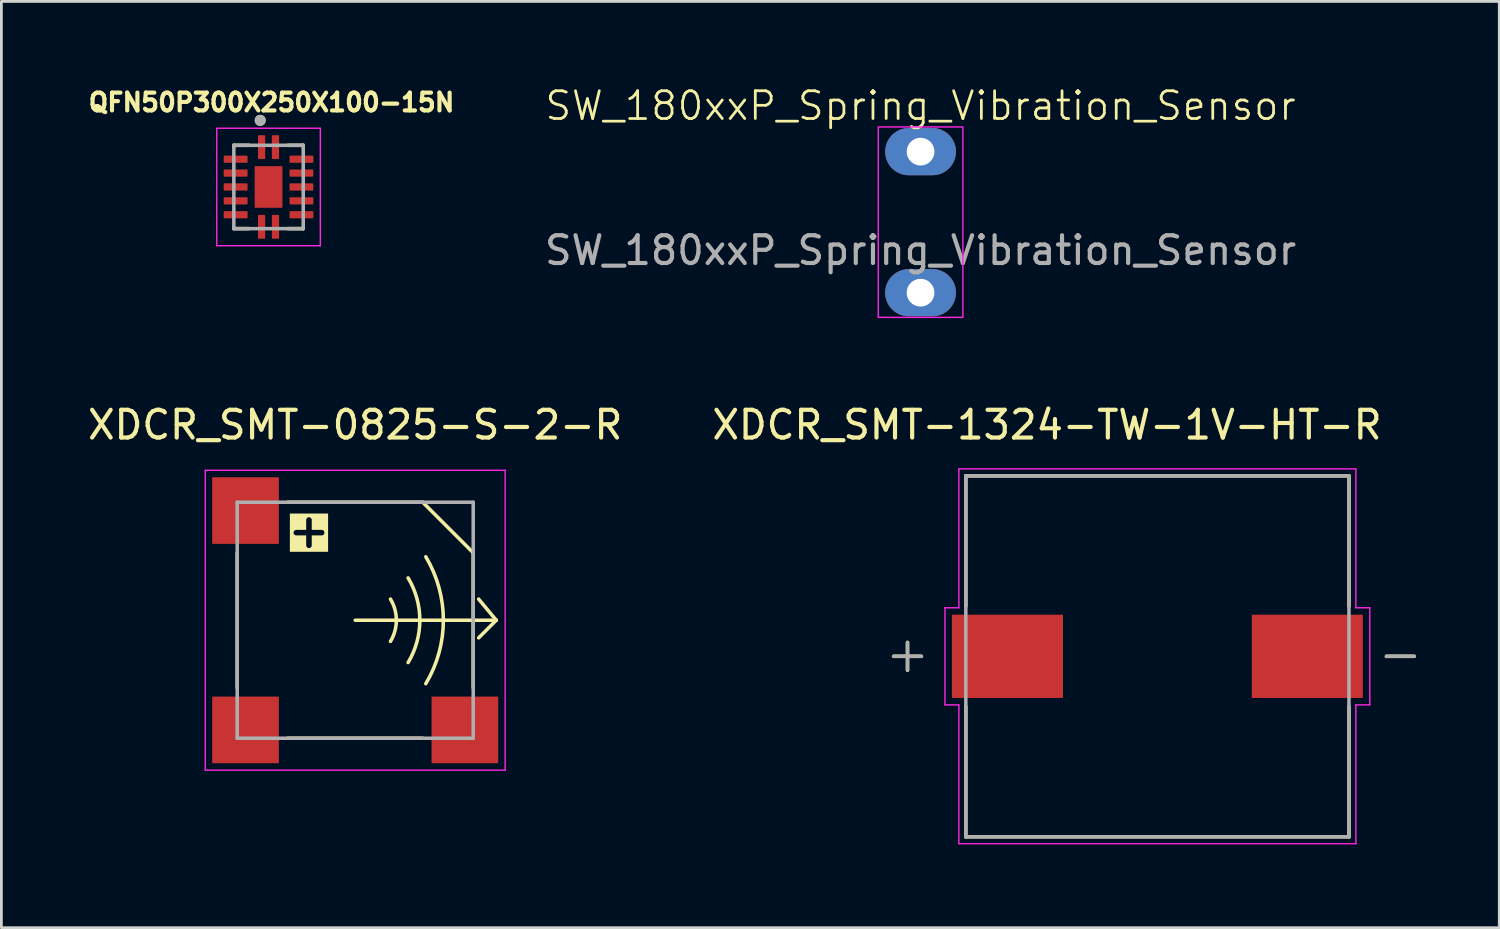
<source format=kicad_pcb>
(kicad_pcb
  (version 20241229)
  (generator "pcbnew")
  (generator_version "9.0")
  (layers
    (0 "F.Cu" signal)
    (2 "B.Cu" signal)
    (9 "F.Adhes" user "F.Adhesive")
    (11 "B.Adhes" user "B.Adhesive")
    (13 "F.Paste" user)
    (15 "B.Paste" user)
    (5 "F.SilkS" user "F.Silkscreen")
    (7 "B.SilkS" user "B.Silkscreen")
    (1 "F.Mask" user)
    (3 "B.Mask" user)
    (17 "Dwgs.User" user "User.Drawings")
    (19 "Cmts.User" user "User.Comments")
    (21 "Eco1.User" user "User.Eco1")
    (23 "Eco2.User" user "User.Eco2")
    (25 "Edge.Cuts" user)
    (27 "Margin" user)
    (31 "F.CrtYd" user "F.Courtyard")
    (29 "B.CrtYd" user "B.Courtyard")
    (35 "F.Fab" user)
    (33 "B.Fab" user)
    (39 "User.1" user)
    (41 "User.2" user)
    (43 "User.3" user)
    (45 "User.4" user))
  (footprint "SW_180xxP_Spring_Vibration_Sensor"
    (layer "F.Cu")
    (at 30.106 4.952)
    (property "Reference" "SW_180xxP_Spring_Vibration_Sensor" (at 0 -4.191 0) (unlocked yes) (layer "F.SilkS") (effects (font (size 1 1) (thickness 0.1))))
    (attr through_hole)
    (fp_rect (start -1.524 -3.429) (end 1.524 3.429) (stroke (width 0.05) (type default)) (fill no) (layer "F.CrtYd"))
    (fp_text user "${REFERENCE}" (at 0 1.016 0) (unlocked yes) (layer "F.Fab") (effects (font (size 1 1) (thickness 0.15))))
    (pad "1" thru_hole oval (at 0 -2.54) (size 2.55 1.7) (drill 1) (layers "*.Cu" "*.Mask"))
    (pad "2" thru_hole oval (at 0 2.54) (size 2.55 1.7) (drill 1) (layers "*.Cu" "*.Mask")))
  (footprint "QFN50P300X250X100-15N"
    (layer "F.Cu")
    (at 6.622 3.684)
    (property "Reference" "QFN50P300X250X100-15N" (at 0.107 -3.046 0) (layer "F.SilkS") (effects (font (size 0.64 0.64) (thickness 0.15))))
    (attr smd)
    (fp_line (start -1.25 -1.5) (end -1.25 -1.45) (stroke (width 0.127) (type solid)) (layer "F.SilkS"))
    (fp_line (start -1.25 -1.5) (end -0.7 -1.5) (stroke (width 0.127) (type solid)) (layer "F.SilkS"))
    (fp_line (start -1.25 1.5) (end -1.25 1.45) (stroke (width 0.127) (type solid)) (layer "F.SilkS"))
    (fp_line (start -1.25 1.5) (end -0.7 1.5) (stroke (width 0.127) (type solid)) (layer "F.SilkS"))
    (fp_line (start 1.25 -1.5) (end 0.7 -1.5) (stroke (width 0.127) (type solid)) (layer "F.SilkS"))
    (fp_line (start 1.25 -1.5) (end 1.25 -1.45) (stroke (width 0.127) (type solid)) (layer "F.SilkS"))
    (fp_line (start 1.25 1.5) (end 0.7 1.5) (stroke (width 0.127) (type solid)) (layer "F.SilkS"))
    (fp_line (start 1.25 1.5) (end 1.25 1.45) (stroke (width 0.127) (type solid)) (layer "F.SilkS"))
    (fp_circle (center -0.3 -2.4) (end -0.2 -2.4) (stroke (width 0.2) (type solid)) (fill no) (layer "F.SilkS"))
    (fp_poly (pts (xy -0.32 -0.47) (xy 0.32 -0.47) (xy 0.32 0.47) (xy -0.32 0.47)) (stroke (width 0.01) (type solid)) (fill yes) (layer "F.Paste"))
    (fp_line (start -1.865 -2.115) (end 1.865 -2.115) (stroke (width 0.05) (type solid)) (layer "F.CrtYd"))
    (fp_line (start -1.865 2.115) (end -1.865 -2.115) (stroke (width 0.05) (type solid)) (layer "F.CrtYd"))
    (fp_line (start -1.865 2.115) (end 1.865 2.115) (stroke (width 0.05) (type solid)) (layer "F.CrtYd"))
    (fp_line (start 1.865 2.115) (end 1.865 -2.115) (stroke (width 0.05) (type solid)) (layer "F.CrtYd"))
    (fp_line (start -1.25 1.5) (end -1.25 -1.5) (stroke (width 0.127) (type solid)) (layer "F.Fab"))
    (fp_line (start 1.25 -1.5) (end -1.25 -1.5) (stroke (width 0.127) (type solid)) (layer "F.Fab"))
    (fp_line (start 1.25 1.5) (end -1.25 1.5) (stroke (width 0.127) (type solid)) (layer "F.Fab"))
    (fp_line (start 1.25 1.5) (end 1.25 -1.5) (stroke (width 0.127) (type solid)) (layer "F.Fab"))
    (fp_circle (center -0.3 -2.4) (end -0.2 -2.4) (stroke (width 0.2) (type solid)) (fill no) (layer "F.Fab"))
    (pad "1" smd roundrect (at -0.25 -1.435) (size 0.26 0.86) (layers "F.Cu" "F.Mask" "F.Paste") (roundrect_rratio 0.125))
    (pad "2" smd roundrect (at -1.185 -1) (size 0.86 0.26) (layers "F.Cu" "F.Mask" "F.Paste") (roundrect_rratio 0.125))
    (pad "3" smd roundrect (at -1.185 -0.5) (size 0.86 0.26) (layers "F.Cu" "F.Mask" "F.Paste") (roundrect_rratio 0.125))
    (pad "4" smd roundrect (at -1.185 0) (size 0.86 0.26) (layers "F.Cu" "F.Mask" "F.Paste") (roundrect_rratio 0.125))
    (pad "5" smd roundrect (at -1.185 0.5) (size 0.86 0.26) (layers "F.Cu" "F.Mask" "F.Paste") (roundrect_rratio 0.125))
    (pad "6" smd roundrect (at -1.185 1) (size 0.86 0.26) (layers "F.Cu" "F.Mask" "F.Paste") (roundrect_rratio 0.125))
    (pad "7" smd roundrect (at -0.25 1.435) (size 0.26 0.86) (layers "F.Cu" "F.Mask" "F.Paste") (roundrect_rratio 0.125))
    (pad "8" smd roundrect (at 0.25 1.435) (size 0.26 0.86) (layers "F.Cu" "F.Mask" "F.Paste") (roundrect_rratio 0.125))
    (pad "9" smd roundrect (at 1.185 1) (size 0.86 0.26) (layers "F.Cu" "F.Mask" "F.Paste") (roundrect_rratio 0.125))
    (pad "10" smd roundrect (at 1.185 0.5) (size 0.86 0.26) (layers "F.Cu" "F.Mask" "F.Paste") (roundrect_rratio 0.125))
    (pad "11" smd roundrect (at 1.185 0) (size 0.86 0.26) (layers "F.Cu" "F.Mask" "F.Paste") (roundrect_rratio 0.125))
    (pad "12" smd roundrect (at 1.185 -0.5) (size 0.86 0.26) (layers "F.Cu" "F.Mask" "F.Paste") (roundrect_rratio 0.125))
    (pad "13" smd roundrect (at 1.185 -1) (size 0.86 0.26) (layers "F.Cu" "F.Mask" "F.Paste") (roundrect_rratio 0.125))
    (pad "14" smd roundrect (at 0.25 -1.435) (size 0.26 0.86) (layers "F.Cu" "F.Mask" "F.Paste") (roundrect_rratio 0.125))
    (pad "15" smd rect (at 0 0) (size 1 1.5) (layers "F.Cu" "F.Mask")))
  (footprint "XDCR_SMT-1324-TW-1V-HT-R"
    (layer "F.Cu")
    (at 38.636 20.589)
    (property "Reference" "XDCR_SMT-1324-TW-1V-HT-R" (at -3.975 -8.335 0) (layer "F.SilkS") (effects (font (size 1 1) (thickness 0.15))))
    (attr smd)
    (fp_line (start -9.5 0) (end -8.5 0) (stroke (width 0.127) (type solid)) (layer "F.SilkS"))
    (fp_line (start -9 -0.5) (end -9 0.5) (stroke (width 0.127) (type solid)) (layer "F.SilkS"))
    (fp_line (start -6.9 -6.5) (end 6.9 -6.5) (stroke (width 0.127) (type solid)) (layer "F.SilkS"))
    (fp_line (start -6.9 -1.8) (end -6.9 -6.5) (stroke (width 0.127) (type solid)) (layer "F.SilkS"))
    (fp_line (start -6.9 6.5) (end -6.9 1.8) (stroke (width 0.127) (type solid)) (layer "F.SilkS"))
    (fp_line (start 6.9 -6.5) (end 6.9 -1.8) (stroke (width 0.127) (type solid)) (layer "F.SilkS"))
    (fp_line (start 6.9 1.8) (end 6.9 6.5) (stroke (width 0.127) (type solid)) (layer "F.SilkS"))
    (fp_line (start 6.9 6.5) (end -6.9 6.5) (stroke (width 0.127) (type solid)) (layer "F.SilkS"))
    (fp_line (start 8.25 0) (end 9.25 0) (stroke (width 0.127) (type solid)) (layer "F.SilkS"))
    (fp_line (start -7.65 -1.75) (end -7.65 1.75) (stroke (width 0.05) (type solid)) (layer "F.CrtYd"))
    (fp_line (start -7.65 1.75) (end -7.15 1.75) (stroke (width 0.05) (type solid)) (layer "F.CrtYd"))
    (fp_line (start -7.15 -6.75) (end -7.15 -1.75) (stroke (width 0.05) (type solid)) (layer "F.CrtYd"))
    (fp_line (start -7.15 -6.75) (end 7.15 -6.75) (stroke (width 0.05) (type solid)) (layer "F.CrtYd"))
    (fp_line (start -7.15 -1.75) (end -7.65 -1.75) (stroke (width 0.05) (type solid)) (layer "F.CrtYd"))
    (fp_line (start -7.15 1.75) (end -7.15 6.75) (stroke (width 0.05) (type solid)) (layer "F.CrtYd"))
    (fp_line (start 7.15 -1.75) (end 7.15 -6.75) (stroke (width 0.05) (type solid)) (layer "F.CrtYd"))
    (fp_line (start 7.15 1.75) (end 7.65 1.75) (stroke (width 0.05) (type solid)) (layer "F.CrtYd"))
    (fp_line (start 7.15 6.75) (end -7.15 6.75) (stroke (width 0.05) (type solid)) (layer "F.CrtYd"))
    (fp_line (start 7.15 6.75) (end 7.15 1.75) (stroke (width 0.05) (type solid)) (layer "F.CrtYd"))
    (fp_line (start 7.65 -1.75) (end 7.15 -1.75) (stroke (width 0.05) (type solid)) (layer "F.CrtYd"))
    (fp_line (start 7.65 1.75) (end 7.65 -1.75) (stroke (width 0.05) (type solid)) (layer "F.CrtYd"))
    (fp_line (start -9.5 0) (end -8.5 0) (stroke (width 0.127) (type solid)) (layer "F.Fab"))
    (fp_line (start -9 -0.5) (end -9 0.5) (stroke (width 0.127) (type solid)) (layer "F.Fab"))
    (fp_line (start -6.9 -6.5) (end -6.9 6.5) (stroke (width 0.127) (type solid)) (layer "F.Fab"))
    (fp_line (start -6.9 6.5) (end 6.9 6.5) (stroke (width 0.127) (type solid)) (layer "F.Fab"))
    (fp_line (start 6.9 -6.5) (end -6.9 -6.5) (stroke (width 0.127) (type solid)) (layer "F.Fab"))
    (fp_line (start 6.9 6.5) (end 6.9 -6.5) (stroke (width 0.127) (type solid)) (layer "F.Fab"))
    (fp_line (start 8.25 0) (end 9.25 0) (stroke (width 0.127) (type solid)) (layer "F.Fab"))
    (pad "1" smd rect (at -5.4 0) (size 4 3) (layers "F.Cu" "F.Mask" "F.Paste"))
    (pad "2" smd rect (at 5.4 0) (size 4 3) (layers "F.Cu" "F.Mask" "F.Paste")))
  (footprint "XDCR_SMT-0825-S-2-R"
    (layer "F.Cu")
    (at 9.744 19.289)
    (property "Reference" "XDCR_SMT-0825-S-2-R" (at 0 -7.035 0) (layer "F.SilkS") (effects (font (size 1 1) (thickness 0.15))))
    (attr smd)
    (fp_line (start -4.25 -2.43) (end -4.25 2.43) (stroke (width 0.127) (type solid)) (layer "F.SilkS"))
    (fp_line (start -2.43 -4.25) (end 2.43 -4.25) (stroke (width 0.127) (type solid)) (layer "F.SilkS"))
    (fp_line (start -2.43 4.25) (end 2.43 4.25) (stroke (width 0.127) (type solid)) (layer "F.SilkS"))
    (fp_line (start 0 0) (end 5.08 0) (stroke (width 0.127) (type solid)) (layer "F.SilkS"))
    (fp_line (start 2.43 -4.25) (end 4.25 -2.43) (stroke (width 0.127) (type solid)) (layer "F.SilkS"))
    (fp_line (start 4.25 -2.43) (end 4.25 2.43) (stroke (width 0.127) (type solid)) (layer "F.SilkS"))
    (fp_line (start 5.08 0) (end 4.445 -0.762) (stroke (width 0.127) (type solid)) (layer "F.SilkS"))
    (fp_line (start 5.08 0) (end 4.445 0.635) (stroke (width 0.127) (type solid)) (layer "F.SilkS"))
    (fp_arc (start 1.27 -0.762) (mid 1.481062 0) (end 1.27 0.762) (stroke (width 0.127) (type solid)) (layer "F.SilkS"))
    (fp_arc (start 1.905 -1.524) (mid 2.327124 0) (end 1.905 1.524) (stroke (width 0.127) (type solid)) (layer "F.SilkS"))
    (fp_arc (start 2.541815 -2.286) (mid 3.175 0) (end 2.541815 2.286) (stroke (width 0.127) (type solid)) (layer "F.SilkS"))
    (fp_line (start -5.4 -5.4) (end -5.4 5.4) (stroke (width 0.05) (type solid)) (layer "F.CrtYd"))
    (fp_line (start -5.4 5.4) (end 5.4 5.4) (stroke (width 0.05) (type solid)) (layer "F.CrtYd"))
    (fp_line (start 5.4 -5.4) (end -5.4 -5.4) (stroke (width 0.05) (type solid)) (layer "F.CrtYd"))
    (fp_line (start 5.4 5.4) (end 5.4 -5.4) (stroke (width 0.05) (type solid)) (layer "F.CrtYd"))
    (fp_line (start -4.25 -4.25) (end 4.25 -4.25) (stroke (width 0.127) (type solid)) (layer "F.Fab"))
    (fp_line (start -4.25 4.25) (end -4.25 -4.25) (stroke (width 0.127) (type solid)) (layer "F.Fab"))
    (fp_line (start 4.25 -4.25) (end 4.25 4.25) (stroke (width 0.127) (type solid)) (layer "F.Fab"))
    (fp_line (start 4.25 4.25) (end -4.25 4.25) (stroke (width 0.127) (type solid)) (layer "F.Fab"))
    (fp_text user "+" (at -2.54 -2.54 0) (unlocked yes) (layer "F.SilkS" knockout) (effects (font (size 1.2 1.2) (thickness 0.2) (bold yes)) (justify left bottom)))
    (pad "1" smd rect (at -3.95 -3.95) (size 2.4 2.4) (layers "F.Cu" "F.Mask" "F.Paste"))
    (pad "1" smd rect (at -3.95 3.95) (size 2.4 2.4) (layers "F.Cu" "F.Mask" "F.Paste"))
    (pad "2" smd rect (at 3.95 3.95 90) (size 2.4 2.4) (layers "F.Cu" "F.Mask" "F.Paste")))
  (gr_rect
    (start -3 -3)
    (end 50.949 30.364)
    (stroke (width 0.1) (type default))
    (fill no)
    (layer "Edge.Cuts")))
</source>
